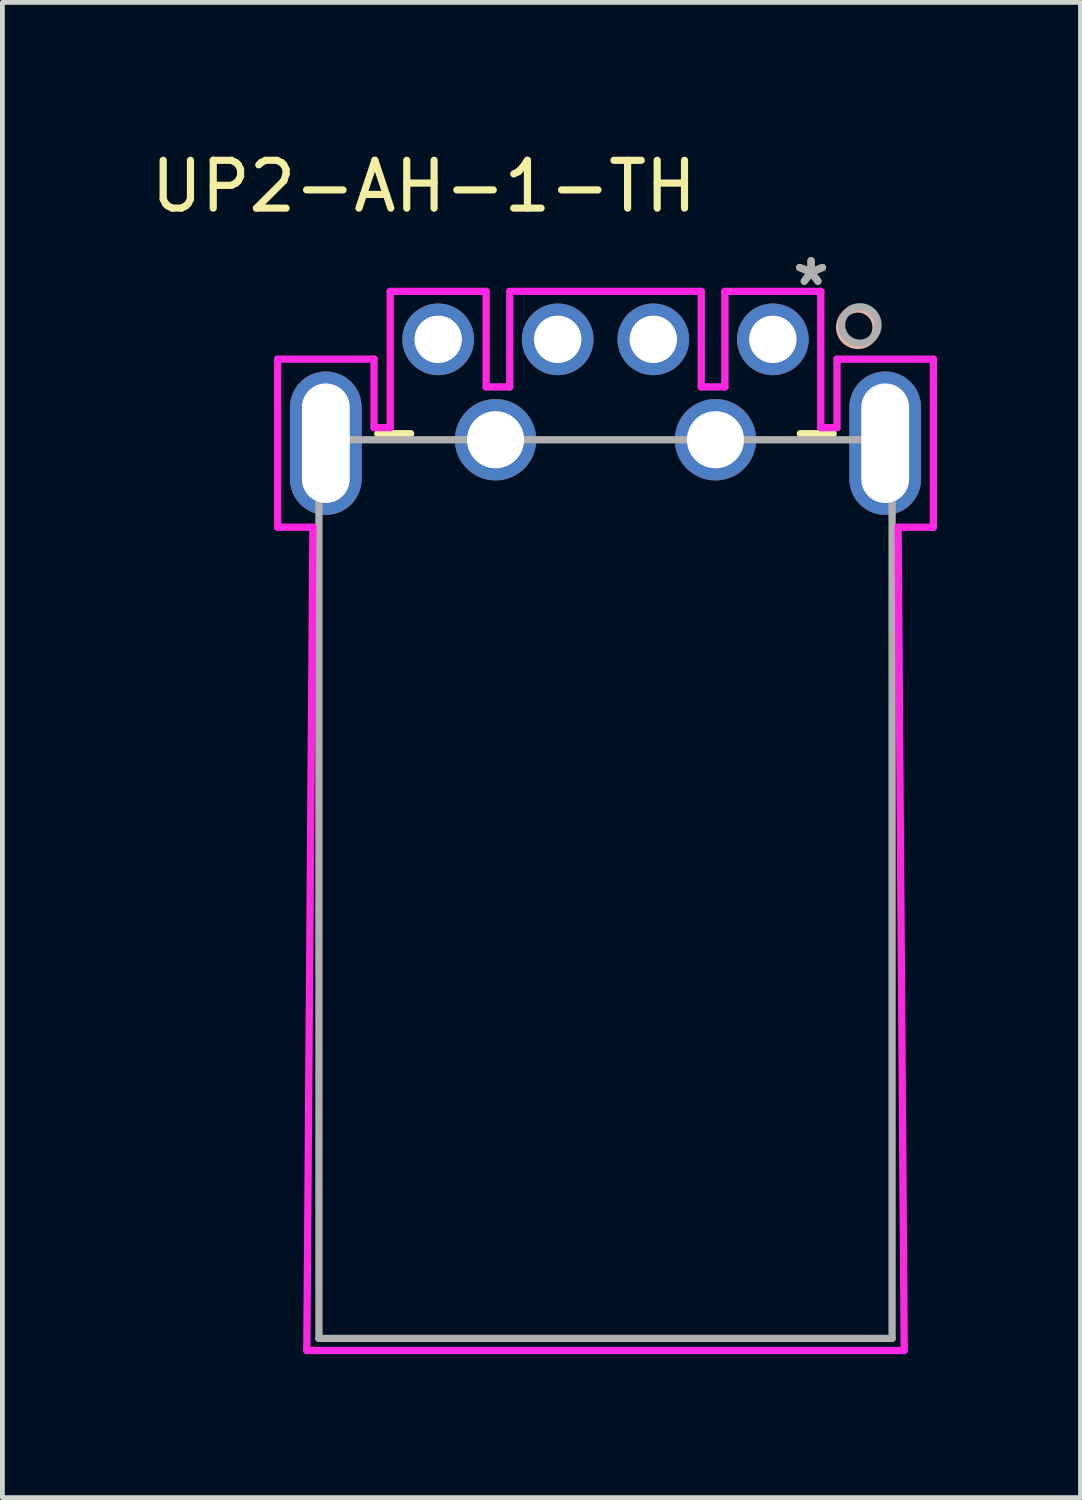
<source format=kicad_pcb>
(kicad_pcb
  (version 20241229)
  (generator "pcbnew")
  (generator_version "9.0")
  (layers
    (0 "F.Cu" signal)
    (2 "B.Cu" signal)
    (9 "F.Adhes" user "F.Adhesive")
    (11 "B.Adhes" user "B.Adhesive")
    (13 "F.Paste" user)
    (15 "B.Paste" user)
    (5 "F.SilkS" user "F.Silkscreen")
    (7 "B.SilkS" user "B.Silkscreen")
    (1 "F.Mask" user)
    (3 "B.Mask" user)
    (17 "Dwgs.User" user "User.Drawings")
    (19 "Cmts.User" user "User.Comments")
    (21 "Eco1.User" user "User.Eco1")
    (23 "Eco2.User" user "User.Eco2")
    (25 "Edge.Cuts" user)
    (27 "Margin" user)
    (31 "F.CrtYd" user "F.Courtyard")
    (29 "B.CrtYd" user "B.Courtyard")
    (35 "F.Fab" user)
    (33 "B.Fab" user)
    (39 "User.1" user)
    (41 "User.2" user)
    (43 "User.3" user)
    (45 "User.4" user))
  (footprint "UP2-AH-1-TH"
    (layer "F.Cu")
    (at 13.115 4.048)
    (property "Reference" "UP2-AH-1-TH" (at -7.3 -3.2 0) (layer "F.SilkS") (effects (font (size 1 1) (thickness 0.15))))
    (attr through_hole)
    (fp_line (start -7.575 1.973) (end -8.263 1.973) (stroke (width 0.152) (type solid)) (layer "F.SilkS"))
    (fp_line (start 1.263 1.973) (end 0.575 1.973) (stroke (width 0.152) (type solid)) (layer "F.SilkS"))
    (fp_circle (center 1.778 -0.254) (end 2.159 -0.254) (stroke (width 0.152) (type solid)) (fill no) (layer "B.SilkS"))
    (fp_line (start -10.358 0.414) (end -10.358 3.93) (stroke (width 0.152) (type solid)) (layer "F.CrtYd"))
    (fp_line (start -10.358 3.93) (end -9.62 3.93) (stroke (width 0.152) (type solid)) (layer "F.CrtYd"))
    (fp_line (start -9.748 21.15) (end 2.748 21.15) (stroke (width 0.152) (type solid)) (layer "F.CrtYd"))
    (fp_line (start -9.62 3.93) (end -9.748 21.15) (stroke (width 0.152) (type solid)) (layer "F.CrtYd"))
    (fp_line (start -8.342 0.414) (end -10.358 0.414) (stroke (width 0.152) (type solid)) (layer "F.CrtYd"))
    (fp_line (start -8.342 1.846) (end -8.342 0.414) (stroke (width 0.152) (type solid)) (layer "F.CrtYd"))
    (fp_line (start -8.003 -1.003) (end -8.003 1.846) (stroke (width 0.152) (type solid)) (layer "F.CrtYd"))
    (fp_line (start -8.003 1.846) (end -8.342 1.846) (stroke (width 0.152) (type solid)) (layer "F.CrtYd"))
    (fp_line (start -5.997 -1.003) (end -8.003 -1.003) (stroke (width 0.152) (type solid)) (layer "F.CrtYd"))
    (fp_line (start -5.997 0.995) (end -5.997 -1.003) (stroke (width 0.152) (type solid)) (layer "F.CrtYd"))
    (fp_line (start -5.503 -1.003) (end -5.503 0.995) (stroke (width 0.152) (type solid)) (layer "F.CrtYd"))
    (fp_line (start -5.503 0.995) (end -5.997 0.995) (stroke (width 0.152) (type solid)) (layer "F.CrtYd"))
    (fp_line (start -1.497 -1.003) (end -5.503 -1.003) (stroke (width 0.152) (type solid)) (layer "F.CrtYd"))
    (fp_line (start -1.497 0.995) (end -1.497 -1.003) (stroke (width 0.152) (type solid)) (layer "F.CrtYd"))
    (fp_line (start -1.003 -1.003) (end -1.003 0.995) (stroke (width 0.152) (type solid)) (layer "F.CrtYd"))
    (fp_line (start -1.003 0.995) (end -1.497 0.995) (stroke (width 0.152) (type solid)) (layer "F.CrtYd"))
    (fp_line (start 1.003 -1.003) (end -1.003 -1.003) (stroke (width 0.152) (type solid)) (layer "F.CrtYd"))
    (fp_line (start 1.003 1.846) (end 1.003 -1.003) (stroke (width 0.152) (type solid)) (layer "F.CrtYd"))
    (fp_line (start 1.342 0.414) (end 1.342 1.846) (stroke (width 0.152) (type solid)) (layer "F.CrtYd"))
    (fp_line (start 1.342 1.846) (end 1.003 1.846) (stroke (width 0.152) (type solid)) (layer "F.CrtYd"))
    (fp_line (start 2.62 3.93) (end 3.358 3.93) (stroke (width 0.152) (type solid)) (layer "F.CrtYd"))
    (fp_line (start 2.748 21.15) (end 2.62 3.93) (stroke (width 0.152) (type solid)) (layer "F.CrtYd"))
    (fp_line (start 3.358 0.414) (end 1.342 0.414) (stroke (width 0.152) (type solid)) (layer "F.CrtYd"))
    (fp_line (start 3.358 3.93) (end 3.358 0.414) (stroke (width 0.152) (type solid)) (layer "F.CrtYd"))
    (fp_line (start -9.494 2.1) (end -9.494 20.896) (stroke (width 0.152) (type solid)) (layer "F.Fab"))
    (fp_line (start -9.494 20.896) (end 2.494 20.896) (stroke (width 0.152) (type solid)) (layer "F.Fab"))
    (fp_line (start 2.494 2.1) (end -9.494 2.1) (stroke (width 0.152) (type solid)) (layer "F.Fab"))
    (fp_line (start 2.494 20.896) (end 2.494 2.1) (stroke (width 0.152) (type solid)) (layer "F.Fab"))
    (fp_circle (center 1.819 -0.3) (end 2.2 -0.3) (stroke (width 0.152) (type solid)) (fill no) (layer "F.Fab"))
    (fp_text user "*" (at 0.8 -1.1 0) (layer "F.SilkS") (effects (font (size 1 1) (thickness 0.15))))
    (fp_text user "*" (at 0.8 -1.1 0) (layer "F.Fab") (effects (font (size 1 1) (thickness 0.15))))
    (pad "1" thru_hole circle (at 0 0) (size 1.499 1.499) (drill 0.991) (layers "*.Cu" "*.Mask"))
    (pad "2" thru_hole circle (at -2.5 0) (size 1.499 1.499) (drill 0.991) (layers "*.Cu" "*.Mask"))
    (pad "3" thru_hole circle (at -4.5 0) (size 1.499 1.499) (drill 0.991) (layers "*.Cu" "*.Mask"))
    (pad "4" thru_hole circle (at -7 0) (size 1.499 1.499) (drill 0.991) (layers "*.Cu" "*.Mask"))
    (pad "5" thru_hole oval (at 2.35 2.172) (size 1.5 3) (drill oval 1 2.5) (layers "*.Cu" "*.Mask"))
    (pad "6" thru_hole oval (at -9.35 2.172) (size 1.5 3) (drill oval 1 2.5) (layers "*.Cu" "*.Mask"))
    (pad "7" thru_hole circle (at -1.2 2.1) (size 1.702 1.702) (drill 1.194) (layers "*.Cu" "*.Mask"))
    (pad "8" thru_hole circle (at -5.8 2.1) (size 1.702 1.702) (drill 1.194) (layers "*.Cu" "*.Mask")))
  (gr_rect
    (start -3 -3)
    (end 19.55 28.274)
    (stroke (width 0.1) (type default))
    (fill no)
    (layer "Edge.Cuts")))
</source>
